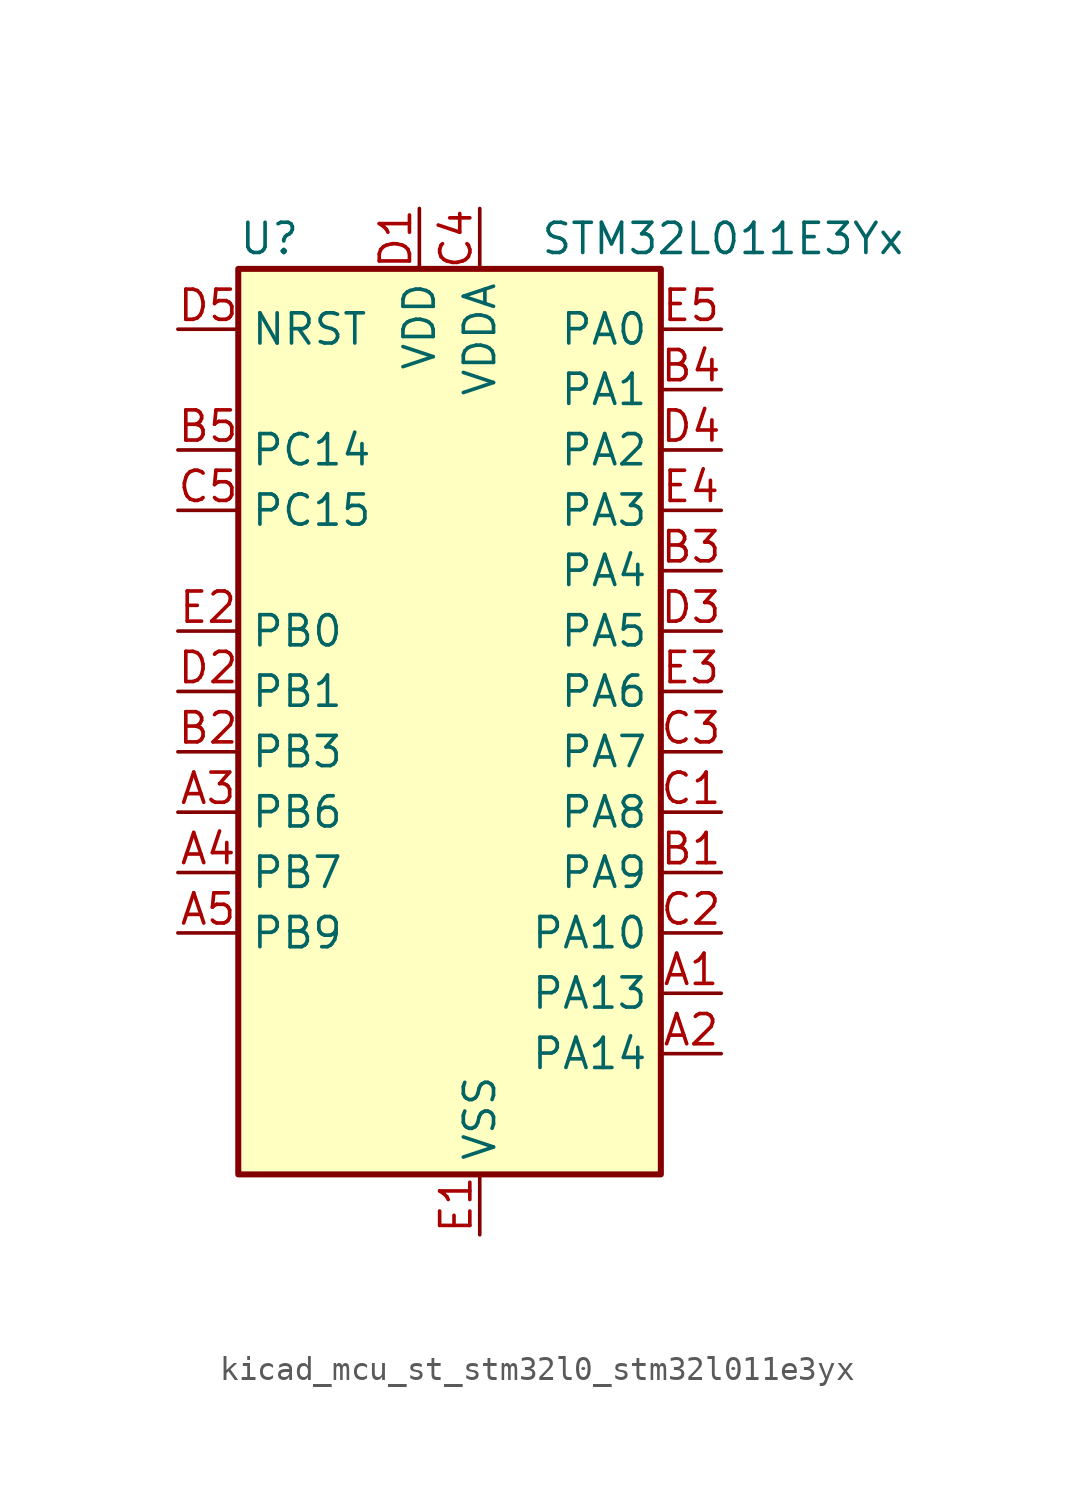
<source format=kicad_sym>
(kicad_symbol_lib
  (version 20220914)
  (generator kicad_symbol_editor)
  (symbol "kicad_mcu_st_stm32l0_stm32l011e3yx"
    (property "Reference" "U"
      (at -7.62 21.59 0)
      (effects (font (size 1.27 1.27)) (justify left)))
    (property "Value" "STM32L011E3Yx"
      (at 5.08 21.59 0)
      (effects (font (size 1.27 1.27)) (justify left)))
    (property "ki_locked" ""
      (at 0 0 0)
      (effects (font (size 1.27 1.27))))
    (symbol "kicad_mcu_st_stm32l0_stm32l011e3yx_0_1"
      (rectangle (start -7.62 -17.78) (end 10.16 20.32) (stroke (width 0.254) (type default)) (fill (type background))))
    (symbol "kicad_mcu_st_stm32l0_stm32l011e3yx_1_1"
      (pin bidirectional line (at 12.7 -10.16 180) (length 2.54) (name "PA13" (effects (font (size 1.27 1.27)))) (number "A1" (effects (font (size 1.27 1.27)))) (alternate "COMP1_OUT" bidirectional line) (alternate "I2C1_SDA" bidirectional line) (alternate "LPTIM1_ETR" bidirectional line) (alternate "LPUART1_RX" bidirectional line) (alternate "SPI1_SCK" bidirectional line) (alternate "SYS_SWDIO" bidirectional line))
      (pin bidirectional line (at 12.7 -12.7 180) (length 2.54) (name "PA14" (effects (font (size 1.27 1.27)))) (number "A2" (effects (font (size 1.27 1.27)))) (alternate "COMP2_OUT" bidirectional line) (alternate "I2C1_SMBA" bidirectional line) (alternate "LPTIM1_OUT" bidirectional line) (alternate "LPUART1_TX" bidirectional line) (alternate "SPI1_MISO" bidirectional line) (alternate "SYS_SWCLK" bidirectional line) (alternate "USART2_TX" bidirectional line))
      (pin bidirectional line (at -10.16 -2.54 0) (length 2.54) (name "PB6" (effects (font (size 1.27 1.27)))) (number "A3" (effects (font (size 1.27 1.27)))) (alternate "COMP2_INP" bidirectional line) (alternate "I2C1_SCL" bidirectional line) (alternate "LPTIM1_ETR" bidirectional line) (alternate "LPUART1_TX" bidirectional line) (alternate "TIM2_CH3" bidirectional line) (alternate "USART2_TX" bidirectional line))
      (pin bidirectional line (at -10.16 -5.08 0) (length 2.54) (name "PB7" (effects (font (size 1.27 1.27)))) (number "A4" (effects (font (size 1.27 1.27)))) (alternate "COMP2_INP" bidirectional line) (alternate "I2C1_SDA" bidirectional line) (alternate "LPTIM1_IN2" bidirectional line) (alternate "LPUART1_RX" bidirectional line) (alternate "SYS_PVD_IN" bidirectional line) (alternate "TIM2_CH4" bidirectional line) (alternate "USART2_RX" bidirectional line))
      (pin bidirectional line (at -10.16 -7.62 0) (length 2.54) (name "PB9" (effects (font (size 1.27 1.27)))) (number "A5" (effects (font (size 1.27 1.27)))))
      (pin bidirectional line (at 12.7 -5.08 180) (length 2.54) (name "PA9" (effects (font (size 1.27 1.27)))) (number "B1" (effects (font (size 1.27 1.27)))) (alternate "COMP1_OUT" bidirectional line) (alternate "I2C1_SCL" bidirectional line) (alternate "LPTIM1_OUT" bidirectional line) (alternate "RCC_MCO" bidirectional line) (alternate "TIM21_CH2" bidirectional line) (alternate "USART2_TX" bidirectional line))
      (pin bidirectional line (at -10.16 0 0) (length 2.54) (name "PB3" (effects (font (size 1.27 1.27)))) (number "B2" (effects (font (size 1.27 1.27)))) (alternate "COMP2_INM" bidirectional line) (alternate "SPI1_SCK" bidirectional line) (alternate "TIM2_CH2" bidirectional line))
      (pin bidirectional line (at 12.7 7.62 180) (length 2.54) (name "PA4" (effects (font (size 1.27 1.27)))) (number "B3" (effects (font (size 1.27 1.27)))) (alternate "ADC_IN4" bidirectional line) (alternate "COMP1_INM" bidirectional line) (alternate "COMP2_INM" bidirectional line) (alternate "COMP2_OUT" bidirectional line) (alternate "I2C1_SCL" bidirectional line) (alternate "LPTIM1_ETR" bidirectional line) (alternate "LPTIM1_IN1" bidirectional line) (alternate "LPUART1_TX" bidirectional line) (alternate "SPI1_NSS" bidirectional line) (alternate "TIM2_ETR" bidirectional line) (alternate "USART2_CK" bidirectional line))
      (pin bidirectional line (at 12.7 15.24 180) (length 2.54) (name "PA1" (effects (font (size 1.27 1.27)))) (number "B4" (effects (font (size 1.27 1.27)))) (alternate "ADC_IN1" bidirectional line) (alternate "COMP1_INP" bidirectional line) (alternate "I2C1_SMBA" bidirectional line) (alternate "LPTIM1_IN2" bidirectional line) (alternate "LPUART1_TX" bidirectional line) (alternate "TIM21_ETR" bidirectional line) (alternate "TIM2_CH2" bidirectional line) (alternate "USART2_DE" bidirectional line) (alternate "USART2_RTS" bidirectional line))
      (pin bidirectional line (at -10.16 12.7 0) (length 2.54) (name "PC14" (effects (font (size 1.27 1.27)))) (number "B5" (effects (font (size 1.27 1.27)))) (alternate "RCC_OSC32_IN" bidirectional line))
      (pin bidirectional line (at 12.7 -2.54 180) (length 2.54) (name "PA8" (effects (font (size 1.27 1.27)))) (number "C1" (effects (font (size 1.27 1.27)))) (alternate "LPTIM1_IN1" bidirectional line) (alternate "RCC_MCO" bidirectional line) (alternate "TIM2_CH1" bidirectional line) (alternate "USART2_CK" bidirectional line))
      (pin bidirectional line (at 12.7 -7.62 180) (length 2.54) (name "PA10" (effects (font (size 1.27 1.27)))) (number "C2" (effects (font (size 1.27 1.27)))) (alternate "COMP1_OUT" bidirectional line) (alternate "I2C1_SDA" bidirectional line) (alternate "RTC_REFIN" bidirectional line) (alternate "TIM21_CH1" bidirectional line) (alternate "TIM2_CH3" bidirectional line) (alternate "USART2_RX" bidirectional line))
      (pin bidirectional line (at 12.7 0 180) (length 2.54) (name "PA7" (effects (font (size 1.27 1.27)))) (number "C3" (effects (font (size 1.27 1.27)))) (alternate "ADC_IN7" bidirectional line) (alternate "COMP2_INP" bidirectional line) (alternate "COMP2_OUT" bidirectional line) (alternate "LPTIM1_OUT" bidirectional line) (alternate "SPI1_MOSI" bidirectional line) (alternate "TIM21_ETR" bidirectional line) (alternate "USART2_CTS" bidirectional line))
      (pin power_in line (at 2.54 22.86 270) (length 2.54) (name "VDDA" (effects (font (size 1.27 1.27)))) (number "C4" (effects (font (size 1.27 1.27)))))
      (pin bidirectional line (at -10.16 10.16 0) (length 2.54) (name "PC15" (effects (font (size 1.27 1.27)))) (number "C5" (effects (font (size 1.27 1.27)))) (alternate "RCC_OSC32_OUT" bidirectional line))
      (pin power_in line (at 0 22.86 270) (length 2.54) (name "VDD" (effects (font (size 1.27 1.27)))) (number "D1" (effects (font (size 1.27 1.27)))))
      (pin bidirectional line (at -10.16 2.54 0) (length 2.54) (name "PB1" (effects (font (size 1.27 1.27)))) (number "D2" (effects (font (size 1.27 1.27)))) (alternate "ADC_IN9" bidirectional line) (alternate "LPTIM1_IN1" bidirectional line) (alternate "LPUART1_DE" bidirectional line) (alternate "LPUART1_RTS" bidirectional line) (alternate "SPI1_MOSI" bidirectional line) (alternate "SYS_VREF_OUT_PB1" bidirectional line) (alternate "TIM2_CH4" bidirectional line) (alternate "USART2_CK" bidirectional line))
      (pin bidirectional line (at 12.7 5.08 180) (length 2.54) (name "PA5" (effects (font (size 1.27 1.27)))) (number "D3" (effects (font (size 1.27 1.27)))) (alternate "ADC_IN5" bidirectional line) (alternate "COMP1_INM" bidirectional line) (alternate "COMP2_INM" bidirectional line) (alternate "LPTIM1_IN2" bidirectional line) (alternate "SPI1_SCK" bidirectional line) (alternate "TIM2_CH1" bidirectional line) (alternate "TIM2_ETR" bidirectional line))
      (pin bidirectional line (at 12.7 12.7 180) (length 2.54) (name "PA2" (effects (font (size 1.27 1.27)))) (number "D4" (effects (font (size 1.27 1.27)))) (alternate "ADC_IN2" bidirectional line) (alternate "COMP2_INM" bidirectional line) (alternate "COMP2_OUT" bidirectional line) (alternate "LPUART1_TX" bidirectional line) (alternate "RTC_OUT_ALARM" bidirectional line) (alternate "RTC_OUT_CALIB" bidirectional line) (alternate "RTC_TAMP3" bidirectional line) (alternate "RTC_TS" bidirectional line) (alternate "SYS_WKUP3" bidirectional line) (alternate "TIM21_CH1" bidirectional line) (alternate "TIM2_CH3" bidirectional line) (alternate "USART2_TX" bidirectional line))
      (pin input line (at -10.16 17.78 0) (length 2.54) (name "NRST" (effects (font (size 1.27 1.27)))) (number "D5" (effects (font (size 1.27 1.27)))))
      (pin power_in line (at 2.54 -20.32 90) (length 2.54) (name "VSS" (effects (font (size 1.27 1.27)))) (number "E1" (effects (font (size 1.27 1.27)))))
      (pin bidirectional line (at -10.16 5.08 0) (length 2.54) (name "PB0" (effects (font (size 1.27 1.27)))) (number "E2" (effects (font (size 1.27 1.27)))) (alternate "ADC_IN8" bidirectional line) (alternate "SPI1_MISO" bidirectional line) (alternate "SYS_VREF_OUT_PB0" bidirectional line) (alternate "TIM2_CH2" bidirectional line) (alternate "TIM2_CH3" bidirectional line) (alternate "USART2_DE" bidirectional line) (alternate "USART2_RTS" bidirectional line))
      (pin bidirectional line (at 12.7 2.54 180) (length 2.54) (name "PA6" (effects (font (size 1.27 1.27)))) (number "E3" (effects (font (size 1.27 1.27)))) (alternate "ADC_IN6" bidirectional line) (alternate "COMP1_OUT" bidirectional line) (alternate "LPTIM1_ETR" bidirectional line) (alternate "LPUART1_CTS" bidirectional line) (alternate "SPI1_MISO" bidirectional line))
      (pin bidirectional line (at 12.7 10.16 180) (length 2.54) (name "PA3" (effects (font (size 1.27 1.27)))) (number "E4" (effects (font (size 1.27 1.27)))) (alternate "ADC_IN3" bidirectional line) (alternate "COMP2_INP" bidirectional line) (alternate "LPUART1_RX" bidirectional line) (alternate "TIM21_CH2" bidirectional line) (alternate "TIM2_CH4" bidirectional line) (alternate "USART2_RX" bidirectional line))
      (pin bidirectional line (at 12.7 17.78 180) (length 2.54) (name "PA0" (effects (font (size 1.27 1.27)))) (number "E5" (effects (font (size 1.27 1.27)))) (alternate "ADC_IN0" bidirectional line) (alternate "COMP1_INM" bidirectional line) (alternate "COMP1_OUT" bidirectional line) (alternate "LPTIM1_IN1" bidirectional line) (alternate "LPUART1_RX" bidirectional line) (alternate "RCC_CK_IN" bidirectional line) (alternate "RTC_TAMP2" bidirectional line) (alternate "SYS_WKUP1" bidirectional line) (alternate "TIM2_CH1" bidirectional line) (alternate "TIM2_ETR" bidirectional line) (alternate "USART2_CTS" bidirectional line) (alternate "USART2_RX" bidirectional line)))))
</source>
